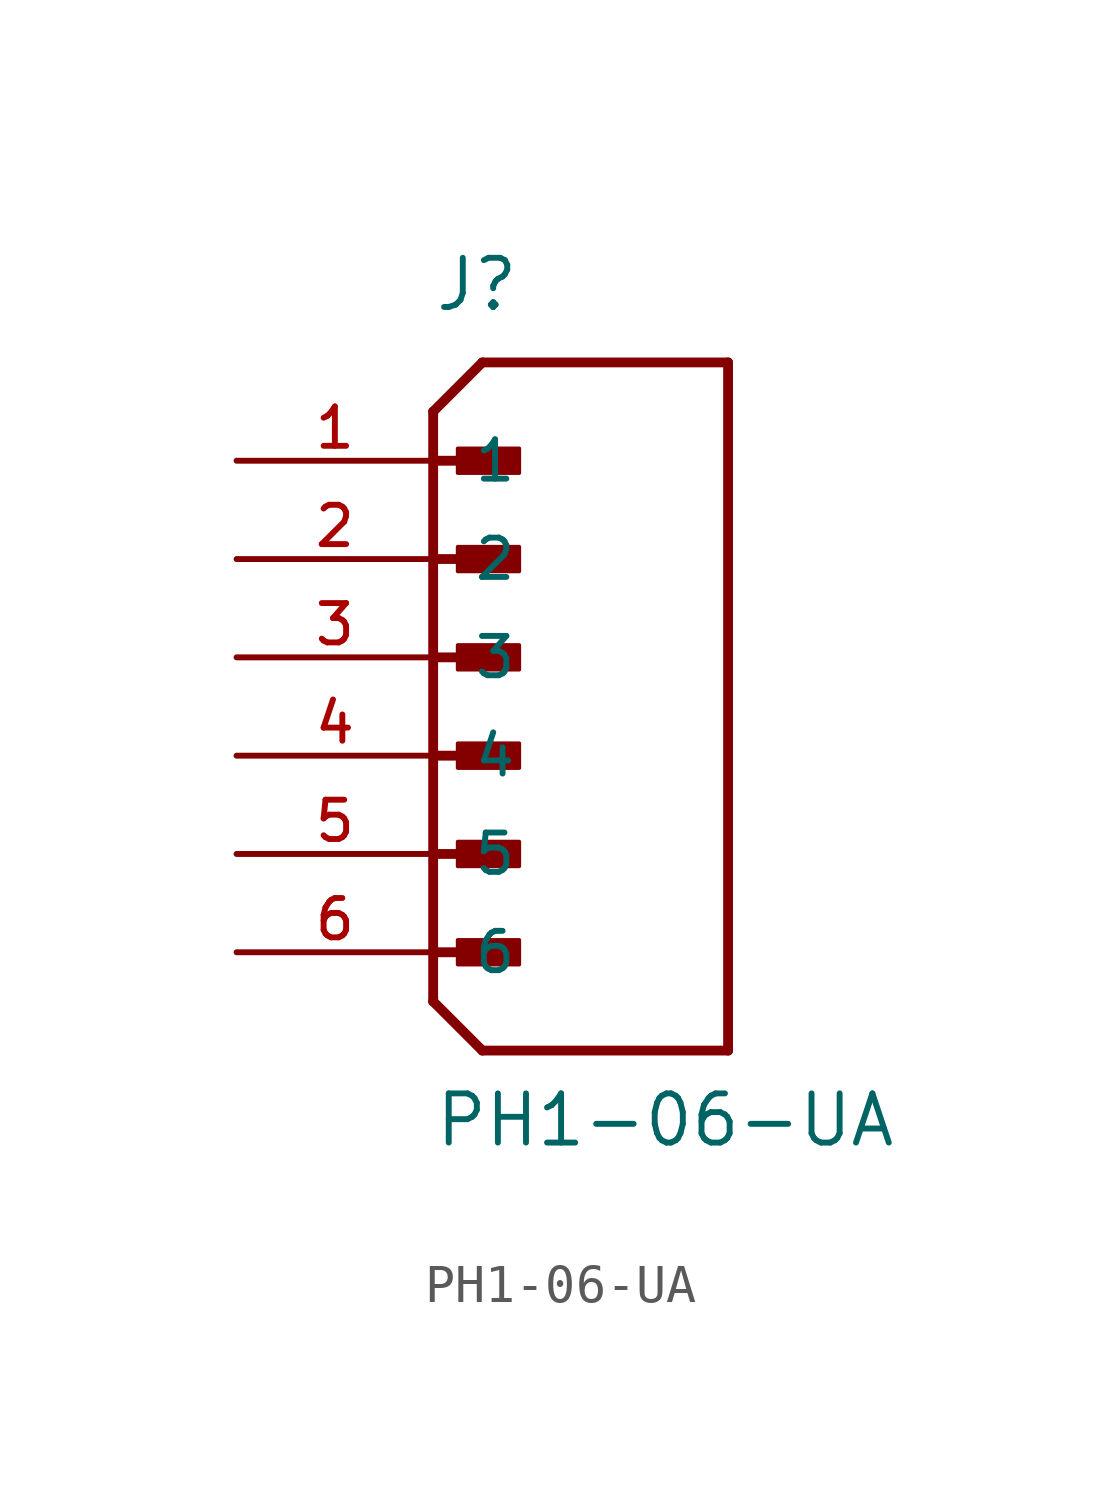
<source format=kicad_sym>
(kicad_symbol_lib
  (version 20211014)
  (generator kicad_symbol_editor)
  (symbol "PH1-06-UA"
    (pin_names
      (offset 1.016))
    (property "Reference" "J"
      (at 0.0 11.43 0)
      (effects (font (size 1.27 1.27)) (justify bottom left)))
    (property "Value" "PH1-06-UA"
      (at 0.0 -10.16 0)
      (effects (font (size 1.27 1.27)) (justify bottom left)))
    (symbol "PH1-06-UA_0_0"
      (polyline (pts (xy 0.0 8.89) (xy 1.27 10.16)) (stroke (width 0.254)))
      (polyline (pts (xy 0.0 8.89) (xy 0.0 -6.35)) (stroke (width 0.254)))
      (polyline (pts (xy 0.0 -6.35) (xy 1.27 -7.62)) (stroke (width 0.254)))
      (polyline (pts (xy 1.27 -7.62) (xy 7.62 -7.62)) (stroke (width 0.254)))
      (polyline (pts (xy 7.62 -7.62) (xy 7.62 10.16)) (stroke (width 0.254)))
      (polyline (pts (xy 7.62 10.16) (xy 1.27 10.16)) (stroke (width 0.254)))
      (rectangle (start 0.635 7.303) (end 2.223 7.938) (stroke (width 0.1)) (fill (type outline)))
      (polyline (pts (xy 0.0 5.08) (xy 1.905 5.08)) (stroke (width 0.254)))
      (rectangle (start 0.635 4.763) (end 2.223 5.397) (stroke (width 0.1)) (fill (type outline)))
      (polyline (pts (xy 0.0 2.54) (xy 1.905 2.54)) (stroke (width 0.254)))
      (rectangle (start 0.635 2.223) (end 2.223 2.857) (stroke (width 0.1)) (fill (type outline)))
      (polyline (pts (xy 0.0 0.0) (xy 1.905 0.0)) (stroke (width 0.254)))
      (rectangle (start 0.635 -0.318) (end 2.223 0.318) (stroke (width 0.1)) (fill (type outline)))
      (polyline (pts (xy 0.0 -2.54) (xy 1.905 -2.54)) (stroke (width 0.254)))
      (rectangle (start 0.635 -2.857) (end 2.223 -2.223) (stroke (width 0.1)) (fill (type outline)))
      (polyline (pts (xy 0.0 -5.08) (xy 1.905 -5.08)) (stroke (width 0.254)))
      (rectangle (start 0.635 -5.397) (end 2.223 -4.763) (stroke (width 0.1)) (fill (type outline)))
      (polyline (pts (xy 0.0 7.62) (xy 1.905 7.62)) (stroke (width 0.254)))
      (pin passive line (at -5.08 7.62 0) (length 5.08) (name "1" (effects (font (size 1.016 1.016)))) (number "1" (effects (font (size 1.016 1.016)))))
      (pin passive line (at -5.08 5.08 0) (length 5.08) (name "2" (effects (font (size 1.016 1.016)))) (number "2" (effects (font (size 1.016 1.016)))))
      (pin passive line (at -5.08 2.54 0) (length 5.08) (name "3" (effects (font (size 1.016 1.016)))) (number "3" (effects (font (size 1.016 1.016)))))
      (pin passive line (at -5.08 0.0 0) (length 5.08) (name "4" (effects (font (size 1.016 1.016)))) (number "4" (effects (font (size 1.016 1.016)))))
      (pin passive line (at -5.08 -2.54 0) (length 5.08) (name "5" (effects (font (size 1.016 1.016)))) (number "5" (effects (font (size 1.016 1.016)))))
      (pin passive line (at -5.08 -5.08 0) (length 5.08) (name "6" (effects (font (size 1.016 1.016)))) (number "6" (effects (font (size 1.016 1.016))))))))
</source>
